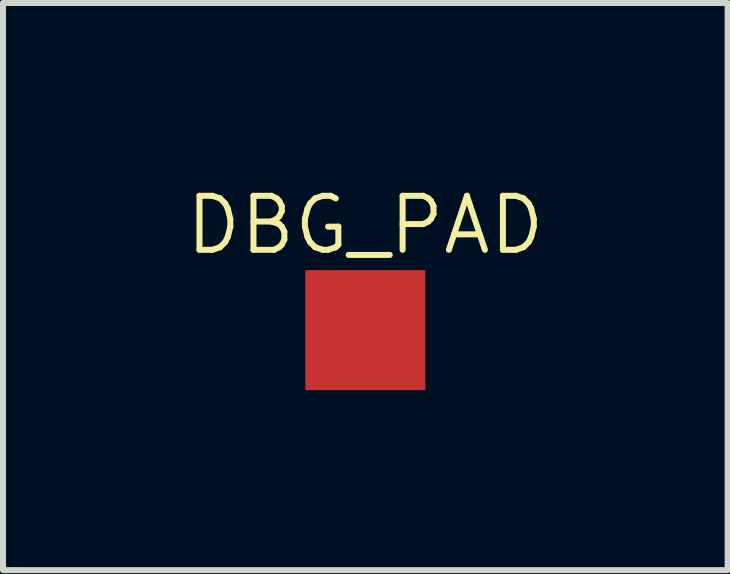
<source format=kicad_pcb>
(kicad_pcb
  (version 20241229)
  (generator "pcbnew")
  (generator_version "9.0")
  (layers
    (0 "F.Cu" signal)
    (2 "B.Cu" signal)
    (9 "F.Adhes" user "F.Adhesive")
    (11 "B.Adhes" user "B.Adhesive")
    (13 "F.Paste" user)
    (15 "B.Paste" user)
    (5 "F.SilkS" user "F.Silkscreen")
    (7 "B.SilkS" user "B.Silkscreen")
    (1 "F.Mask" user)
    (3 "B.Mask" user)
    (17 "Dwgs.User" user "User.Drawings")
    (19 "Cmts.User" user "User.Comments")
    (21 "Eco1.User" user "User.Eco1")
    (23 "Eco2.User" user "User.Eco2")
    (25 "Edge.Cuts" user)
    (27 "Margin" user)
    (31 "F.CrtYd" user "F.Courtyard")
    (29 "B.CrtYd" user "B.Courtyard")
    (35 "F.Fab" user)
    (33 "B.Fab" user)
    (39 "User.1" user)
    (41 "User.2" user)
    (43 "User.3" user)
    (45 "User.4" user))
  (footprint "DBG_PAD"
    (layer "F.Cu")
    (at 3.039 2.452)
    (property "Reference" "DBG_PAD" (at 0 -1.75 0) (layer "F.SilkS") (effects (font (size 0.9 0.9) (thickness 0.1))))
    (attr through_hole)
    (pad "1" smd rect (at 0 0) (size 2 2) (layers "F.Cu" "F.Mask" "F.Paste")))
  (gr_rect
    (start -3 -3)
    (end 9.077 6.452)
    (stroke (width 0.1) (type default))
    (fill no)
    (layer "Edge.Cuts")))
</source>
